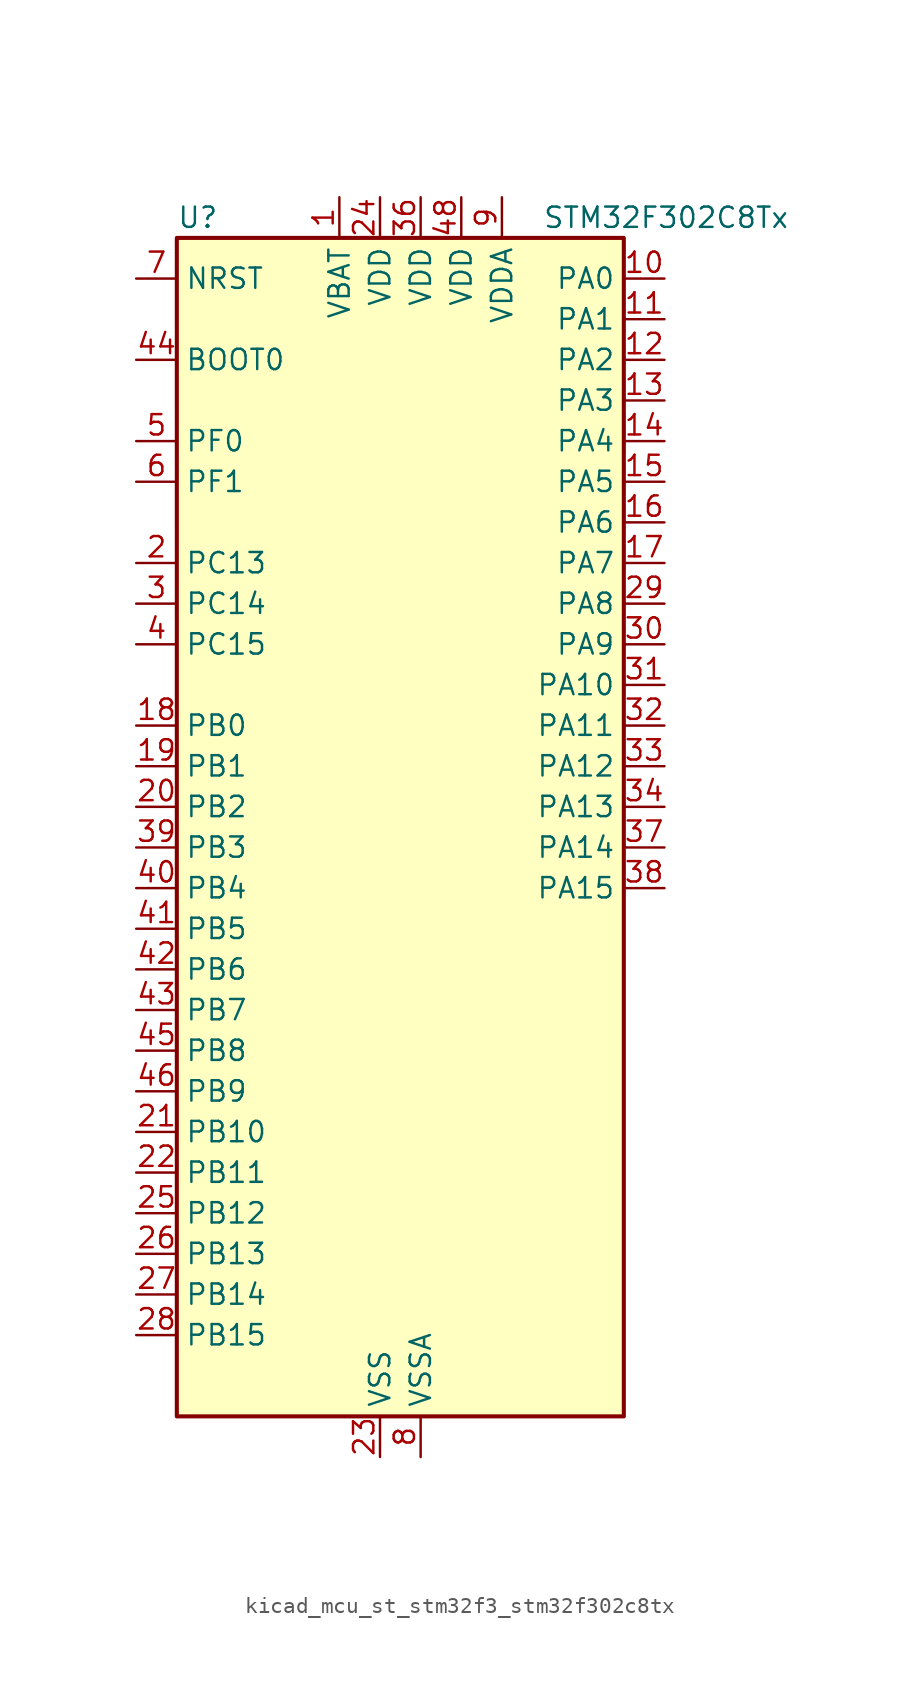
<source format=kicad_sym>
(kicad_symbol_lib
  (version 20220914)
  (generator kicad_symbol_editor)
  (symbol "kicad_mcu_st_stm32f3_stm32f302c8tx"
    (property "Reference" "U"
      (at -12.7 39.37 0)
      (effects (font (size 1.27 1.27)) (justify left)))
    (property "Value" "STM32F302C8Tx"
      (at 10.16 39.37 0)
      (effects (font (size 1.27 1.27)) (justify left)))
    (property "ki_locked" ""
      (at 0 0 0)
      (effects (font (size 1.27 1.27))))
    (symbol "kicad_mcu_st_stm32f3_stm32f302c8tx_0_1"
      (rectangle (start -12.7 -35.56) (end 15.24 38.1) (stroke (width 0.254) (type default)) (fill (type background))))
    (symbol "kicad_mcu_st_stm32f3_stm32f302c8tx_1_1"
      (pin power_in line (at -2.54 40.64 270) (length 2.54) (name "VBAT" (effects (font (size 1.27 1.27)))) (number "1" (effects (font (size 1.27 1.27)))))
      (pin bidirectional line (at 17.78 35.56 180) (length 2.54) (name "PA0" (effects (font (size 1.27 1.27)))) (number "10" (effects (font (size 1.27 1.27)))) (alternate "ADC1_IN1" bidirectional line) (alternate "RTC_TAMP2" bidirectional line) (alternate "SYS_WKUP1" bidirectional line) (alternate "TIM2_CH1" bidirectional line) (alternate "TIM2_ETR" bidirectional line) (alternate "TSC_G1_IO1" bidirectional line) (alternate "USART2_CTS" bidirectional line))
      (pin bidirectional line (at 17.78 33.02 180) (length 2.54) (name "PA1" (effects (font (size 1.27 1.27)))) (number "11" (effects (font (size 1.27 1.27)))) (alternate "ADC1_IN2" bidirectional line) (alternate "RTC_REFIN" bidirectional line) (alternate "TIM15_CH1N" bidirectional line) (alternate "TIM2_CH2" bidirectional line) (alternate "TSC_G1_IO2" bidirectional line) (alternate "USART2_DE" bidirectional line) (alternate "USART2_RTS" bidirectional line))
      (pin bidirectional line (at 17.78 30.48 180) (length 2.54) (name "PA2" (effects (font (size 1.27 1.27)))) (number "12" (effects (font (size 1.27 1.27)))) (alternate "ADC1_IN3" bidirectional line) (alternate "COMP2_INM" bidirectional line) (alternate "COMP2_OUT" bidirectional line) (alternate "TIM15_CH1" bidirectional line) (alternate "TIM2_CH3" bidirectional line) (alternate "TSC_G1_IO3" bidirectional line) (alternate "USART2_TX" bidirectional line))
      (pin bidirectional line (at 17.78 27.94 180) (length 2.54) (name "PA3" (effects (font (size 1.27 1.27)))) (number "13" (effects (font (size 1.27 1.27)))) (alternate "ADC1_IN4" bidirectional line) (alternate "TIM15_CH2" bidirectional line) (alternate "TIM2_CH4" bidirectional line) (alternate "TSC_G1_IO4" bidirectional line) (alternate "USART2_RX" bidirectional line))
      (pin bidirectional line (at 17.78 25.4 180) (length 2.54) (name "PA4" (effects (font (size 1.27 1.27)))) (number "14" (effects (font (size 1.27 1.27)))) (alternate "ADC1_IN5" bidirectional line) (alternate "COMP2_INM" bidirectional line) (alternate "COMP4_INM" bidirectional line) (alternate "COMP6_INM" bidirectional line) (alternate "DAC_OUT1" bidirectional line) (alternate "I2S3_WS" bidirectional line) (alternate "SPI3_NSS" bidirectional line) (alternate "TSC_G2_IO1" bidirectional line) (alternate "USART2_CK" bidirectional line))
      (pin bidirectional line (at 17.78 22.86 180) (length 2.54) (name "PA5" (effects (font (size 1.27 1.27)))) (number "15" (effects (font (size 1.27 1.27)))) (alternate "OPAMP2_VINM" bidirectional line) (alternate "OPAMP2_VINM_SEC" bidirectional line) (alternate "TIM2_CH1" bidirectional line) (alternate "TIM2_ETR" bidirectional line) (alternate "TSC_G2_IO2" bidirectional line))
      (pin bidirectional line (at 17.78 20.32 180) (length 2.54) (name "PA6" (effects (font (size 1.27 1.27)))) (number "16" (effects (font (size 1.27 1.27)))) (alternate "ADC1_IN10" bidirectional line) (alternate "OPAMP2_VOUT" bidirectional line) (alternate "TIM16_CH1" bidirectional line) (alternate "TIM1_BKIN" bidirectional line) (alternate "TSC_G2_IO3" bidirectional line))
      (pin bidirectional line (at 17.78 17.78 180) (length 2.54) (name "PA7" (effects (font (size 1.27 1.27)))) (number "17" (effects (font (size 1.27 1.27)))) (alternate "ADC1_IN15" bidirectional line) (alternate "COMP2_INP" bidirectional line) (alternate "OPAMP2_VINP" bidirectional line) (alternate "OPAMP2_VINP_SEC" bidirectional line) (alternate "TIM17_CH1" bidirectional line) (alternate "TIM1_CH1N" bidirectional line) (alternate "TSC_G2_IO4" bidirectional line))
      (pin bidirectional line (at -15.24 7.62 0) (length 2.54) (name "PB0" (effects (font (size 1.27 1.27)))) (number "18" (effects (font (size 1.27 1.27)))) (alternate "ADC1_IN11" bidirectional line) (alternate "COMP4_INP" bidirectional line) (alternate "OPAMP2_VINP" bidirectional line) (alternate "OPAMP2_VINP_SEC" bidirectional line) (alternate "TIM1_CH2N" bidirectional line) (alternate "TSC_G3_IO2" bidirectional line))
      (pin bidirectional line (at -15.24 5.08 0) (length 2.54) (name "PB1" (effects (font (size 1.27 1.27)))) (number "19" (effects (font (size 1.27 1.27)))) (alternate "ADC1_IN12" bidirectional line) (alternate "COMP4_OUT" bidirectional line) (alternate "TIM1_CH3N" bidirectional line) (alternate "TSC_G3_IO3" bidirectional line))
      (pin bidirectional line (at -15.24 17.78 0) (length 2.54) (name "PC13" (effects (font (size 1.27 1.27)))) (number "2" (effects (font (size 1.27 1.27)))) (alternate "RTC_OUT_ALARM" bidirectional line) (alternate "RTC_OUT_CALIB" bidirectional line) (alternate "RTC_TAMP1" bidirectional line) (alternate "RTC_TS" bidirectional line) (alternate "SYS_WKUP2" bidirectional line) (alternate "TIM1_CH1N" bidirectional line))
      (pin bidirectional line (at -15.24 2.54 0) (length 2.54) (name "PB2" (effects (font (size 1.27 1.27)))) (number "20" (effects (font (size 1.27 1.27)))) (alternate "COMP4_INM" bidirectional line) (alternate "TSC_G3_IO4" bidirectional line))
      (pin bidirectional line (at -15.24 -17.78 0) (length 2.54) (name "PB10" (effects (font (size 1.27 1.27)))) (number "21" (effects (font (size 1.27 1.27)))) (alternate "TIM2_CH3" bidirectional line) (alternate "TSC_SYNC" bidirectional line) (alternate "USART3_TX" bidirectional line))
      (pin bidirectional line (at -15.24 -20.32 0) (length 2.54) (name "PB11" (effects (font (size 1.27 1.27)))) (number "22" (effects (font (size 1.27 1.27)))) (alternate "ADC1_EXTI11" bidirectional line) (alternate "ADC1_IN14" bidirectional line) (alternate "COMP6_INP" bidirectional line) (alternate "TIM2_CH4" bidirectional line) (alternate "TSC_G6_IO1" bidirectional line) (alternate "USART3_RX" bidirectional line))
      (pin power_in line (at 0 -38.1 90) (length 2.54) (name "VSS" (effects (font (size 1.27 1.27)))) (number "23" (effects (font (size 1.27 1.27)))))
      (pin power_in line (at 0 40.64 270) (length 2.54) (name "VDD" (effects (font (size 1.27 1.27)))) (number "24" (effects (font (size 1.27 1.27)))))
      (pin bidirectional line (at -15.24 -22.86 0) (length 2.54) (name "PB12" (effects (font (size 1.27 1.27)))) (number "25" (effects (font (size 1.27 1.27)))) (alternate "I2C2_SMBA" bidirectional line) (alternate "I2S2_WS" bidirectional line) (alternate "SPI2_NSS" bidirectional line) (alternate "TIM1_BKIN" bidirectional line) (alternate "TSC_G6_IO2" bidirectional line) (alternate "USART3_CK" bidirectional line))
      (pin bidirectional line (at -15.24 -25.4 0) (length 2.54) (name "PB13" (effects (font (size 1.27 1.27)))) (number "26" (effects (font (size 1.27 1.27)))) (alternate "ADC1_IN13" bidirectional line) (alternate "I2S2_CK" bidirectional line) (alternate "SPI2_SCK" bidirectional line) (alternate "TIM1_CH1N" bidirectional line) (alternate "TSC_G6_IO3" bidirectional line) (alternate "USART3_CTS" bidirectional line))
      (pin bidirectional line (at -15.24 -27.94 0) (length 2.54) (name "PB14" (effects (font (size 1.27 1.27)))) (number "27" (effects (font (size 1.27 1.27)))) (alternate "I2S2_ext_SD" bidirectional line) (alternate "OPAMP2_VINP" bidirectional line) (alternate "OPAMP2_VINP_SEC" bidirectional line) (alternate "SPI2_MISO" bidirectional line) (alternate "TIM15_CH1" bidirectional line) (alternate "TIM1_CH2N" bidirectional line) (alternate "TSC_G6_IO4" bidirectional line) (alternate "USART3_DE" bidirectional line) (alternate "USART3_RTS" bidirectional line))
      (pin bidirectional line (at -15.24 -30.48 0) (length 2.54) (name "PB15" (effects (font (size 1.27 1.27)))) (number "28" (effects (font (size 1.27 1.27)))) (alternate "ADC1_EXTI15" bidirectional line) (alternate "COMP6_INM" bidirectional line) (alternate "I2S2_SD" bidirectional line) (alternate "RTC_REFIN" bidirectional line) (alternate "SPI2_MOSI" bidirectional line) (alternate "TIM15_CH1N" bidirectional line) (alternate "TIM15_CH2" bidirectional line) (alternate "TIM1_CH3N" bidirectional line))
      (pin bidirectional line (at 17.78 15.24 180) (length 2.54) (name "PA8" (effects (font (size 1.27 1.27)))) (number "29" (effects (font (size 1.27 1.27)))) (alternate "I2C2_SMBA" bidirectional line) (alternate "I2C3_SCL" bidirectional line) (alternate "I2S2_MCK" bidirectional line) (alternate "RCC_MCO" bidirectional line) (alternate "TIM1_CH1" bidirectional line) (alternate "USART1_CK" bidirectional line))
      (pin bidirectional line (at -15.24 15.24 0) (length 2.54) (name "PC14" (effects (font (size 1.27 1.27)))) (number "3" (effects (font (size 1.27 1.27)))) (alternate "RCC_OSC32_IN" bidirectional line))
      (pin bidirectional line (at 17.78 12.7 180) (length 2.54) (name "PA9" (effects (font (size 1.27 1.27)))) (number "30" (effects (font (size 1.27 1.27)))) (alternate "DAC_EXTI9" bidirectional line) (alternate "I2C2_SCL" bidirectional line) (alternate "I2C3_SMBA" bidirectional line) (alternate "I2S3_MCK" bidirectional line) (alternate "TIM15_BKIN" bidirectional line) (alternate "TIM1_CH2" bidirectional line) (alternate "TIM2_CH3" bidirectional line) (alternate "TSC_G4_IO1" bidirectional line) (alternate "USART1_TX" bidirectional line))
      (pin bidirectional line (at 17.78 10.16 180) (length 2.54) (name "PA10" (effects (font (size 1.27 1.27)))) (number "31" (effects (font (size 1.27 1.27)))) (alternate "COMP6_OUT" bidirectional line) (alternate "I2C2_SDA" bidirectional line) (alternate "I2S2_ext_SD" bidirectional line) (alternate "SPI2_MISO" bidirectional line) (alternate "TIM17_BKIN" bidirectional line) (alternate "TIM1_CH3" bidirectional line) (alternate "TIM2_CH4" bidirectional line) (alternate "TSC_G4_IO2" bidirectional line) (alternate "USART1_RX" bidirectional line))
      (pin bidirectional line (at 17.78 7.62 180) (length 2.54) (name "PA11" (effects (font (size 1.27 1.27)))) (number "32" (effects (font (size 1.27 1.27)))) (alternate "ADC1_EXTI11" bidirectional line) (alternate "CAN_RX" bidirectional line) (alternate "I2S2_SD" bidirectional line) (alternate "SPI2_MOSI" bidirectional line) (alternate "TIM1_BKIN2" bidirectional line) (alternate "TIM1_CH1N" bidirectional line) (alternate "TIM1_CH4" bidirectional line) (alternate "USART1_CTS" bidirectional line) (alternate "USB_DM" bidirectional line))
      (pin bidirectional line (at 17.78 5.08 180) (length 2.54) (name "PA12" (effects (font (size 1.27 1.27)))) (number "33" (effects (font (size 1.27 1.27)))) (alternate "CAN_TX" bidirectional line) (alternate "COMP2_OUT" bidirectional line) (alternate "I2S_CKIN" bidirectional line) (alternate "TIM16_CH1" bidirectional line) (alternate "TIM1_CH2N" bidirectional line) (alternate "TIM1_ETR" bidirectional line) (alternate "USART1_DE" bidirectional line) (alternate "USART1_RTS" bidirectional line) (alternate "USB_DP" bidirectional line))
      (pin bidirectional line (at 17.78 2.54 180) (length 2.54) (name "PA13" (effects (font (size 1.27 1.27)))) (number "34" (effects (font (size 1.27 1.27)))) (alternate "IR_OUT" bidirectional line) (alternate "SYS_JTMS-SWDIO" bidirectional line) (alternate "TIM16_CH1N" bidirectional line) (alternate "TSC_G4_IO3" bidirectional line) (alternate "USART3_CTS" bidirectional line))
      (pin passive line (at 0 -38.1 90) (length 2.54) hide (name "VSS" (effects (font (size 1.27 1.27)))) (number "35" (effects (font (size 1.27 1.27)))))
      (pin power_in line (at 2.54 40.64 270) (length 2.54) (name "VDD" (effects (font (size 1.27 1.27)))) (number "36" (effects (font (size 1.27 1.27)))))
      (pin bidirectional line (at 17.78 0 180) (length 2.54) (name "PA14" (effects (font (size 1.27 1.27)))) (number "37" (effects (font (size 1.27 1.27)))) (alternate "I2C1_SDA" bidirectional line) (alternate "SYS_JTCK-SWCLK" bidirectional line) (alternate "TIM1_BKIN" bidirectional line) (alternate "TSC_G4_IO4" bidirectional line) (alternate "USART2_TX" bidirectional line))
      (pin bidirectional line (at 17.78 -2.54 180) (length 2.54) (name "PA15" (effects (font (size 1.27 1.27)))) (number "38" (effects (font (size 1.27 1.27)))) (alternate "ADC1_EXTI15" bidirectional line) (alternate "I2C1_SCL" bidirectional line) (alternate "I2S3_WS" bidirectional line) (alternate "SPI3_NSS" bidirectional line) (alternate "SYS_JTDI" bidirectional line) (alternate "TIM1_BKIN" bidirectional line) (alternate "TIM2_CH1" bidirectional line) (alternate "TIM2_ETR" bidirectional line) (alternate "TSC_SYNC" bidirectional line) (alternate "USART2_RX" bidirectional line))
      (pin bidirectional line (at -15.24 0 0) (length 2.54) (name "PB3" (effects (font (size 1.27 1.27)))) (number "39" (effects (font (size 1.27 1.27)))) (alternate "I2S3_CK" bidirectional line) (alternate "SPI3_SCK" bidirectional line) (alternate "SYS_JTDO-TRACESWO" bidirectional line) (alternate "TIM2_CH2" bidirectional line) (alternate "TSC_G5_IO1" bidirectional line) (alternate "USART2_TX" bidirectional line))
      (pin bidirectional line (at -15.24 12.7 0) (length 2.54) (name "PC15" (effects (font (size 1.27 1.27)))) (number "4" (effects (font (size 1.27 1.27)))) (alternate "ADC1_EXTI15" bidirectional line) (alternate "RCC_OSC32_OUT" bidirectional line))
      (pin bidirectional line (at -15.24 -2.54 0) (length 2.54) (name "PB4" (effects (font (size 1.27 1.27)))) (number "40" (effects (font (size 1.27 1.27)))) (alternate "I2S3_ext_SD" bidirectional line) (alternate "SPI3_MISO" bidirectional line) (alternate "SYS_NJTRST" bidirectional line) (alternate "TIM16_CH1" bidirectional line) (alternate "TIM17_BKIN" bidirectional line) (alternate "TSC_G5_IO2" bidirectional line) (alternate "USART2_RX" bidirectional line))
      (pin bidirectional line (at -15.24 -5.08 0) (length 2.54) (name "PB5" (effects (font (size 1.27 1.27)))) (number "41" (effects (font (size 1.27 1.27)))) (alternate "I2C1_SMBA" bidirectional line) (alternate "I2C3_SDA" bidirectional line) (alternate "I2S3_SD" bidirectional line) (alternate "SPI3_MOSI" bidirectional line) (alternate "TIM16_BKIN" bidirectional line) (alternate "TIM17_CH1" bidirectional line) (alternate "USART2_CK" bidirectional line))
      (pin bidirectional line (at -15.24 -7.62 0) (length 2.54) (name "PB6" (effects (font (size 1.27 1.27)))) (number "42" (effects (font (size 1.27 1.27)))) (alternate "I2C1_SCL" bidirectional line) (alternate "TIM16_CH1N" bidirectional line) (alternate "TSC_G5_IO3" bidirectional line) (alternate "USART1_TX" bidirectional line))
      (pin bidirectional line (at -15.24 -10.16 0) (length 2.54) (name "PB7" (effects (font (size 1.27 1.27)))) (number "43" (effects (font (size 1.27 1.27)))) (alternate "I2C1_SDA" bidirectional line) (alternate "TIM17_CH1N" bidirectional line) (alternate "TSC_G5_IO4" bidirectional line) (alternate "USART1_RX" bidirectional line))
      (pin input line (at -15.24 30.48 0) (length 2.54) (name "BOOT0" (effects (font (size 1.27 1.27)))) (number "44" (effects (font (size 1.27 1.27)))))
      (pin bidirectional line (at -15.24 -12.7 0) (length 2.54) (name "PB8" (effects (font (size 1.27 1.27)))) (number "45" (effects (font (size 1.27 1.27)))) (alternate "CAN_RX" bidirectional line) (alternate "I2C1_SCL" bidirectional line) (alternate "TIM16_CH1" bidirectional line) (alternate "TIM1_BKIN" bidirectional line) (alternate "TSC_SYNC" bidirectional line) (alternate "USART3_RX" bidirectional line))
      (pin bidirectional line (at -15.24 -15.24 0) (length 2.54) (name "PB9" (effects (font (size 1.27 1.27)))) (number "46" (effects (font (size 1.27 1.27)))) (alternate "CAN_TX" bidirectional line) (alternate "COMP2_OUT" bidirectional line) (alternate "DAC_EXTI9" bidirectional line) (alternate "I2C1_SDA" bidirectional line) (alternate "IR_OUT" bidirectional line) (alternate "TIM17_CH1" bidirectional line) (alternate "USART3_TX" bidirectional line))
      (pin passive line (at 0 -38.1 90) (length 2.54) hide (name "VSS" (effects (font (size 1.27 1.27)))) (number "47" (effects (font (size 1.27 1.27)))))
      (pin power_in line (at 5.08 40.64 270) (length 2.54) (name "VDD" (effects (font (size 1.27 1.27)))) (number "48" (effects (font (size 1.27 1.27)))))
      (pin bidirectional line (at -15.24 25.4 0) (length 2.54) (name "PF0" (effects (font (size 1.27 1.27)))) (number "5" (effects (font (size 1.27 1.27)))) (alternate "I2C2_SDA" bidirectional line) (alternate "I2S2_WS" bidirectional line) (alternate "RCC_OSC_IN" bidirectional line) (alternate "SPI2_NSS" bidirectional line) (alternate "TIM1_CH3N" bidirectional line))
      (pin bidirectional line (at -15.24 22.86 0) (length 2.54) (name "PF1" (effects (font (size 1.27 1.27)))) (number "6" (effects (font (size 1.27 1.27)))) (alternate "I2C2_SCL" bidirectional line) (alternate "I2S2_CK" bidirectional line) (alternate "RCC_OSC_OUT" bidirectional line) (alternate "SPI2_SCK" bidirectional line))
      (pin input line (at -15.24 35.56 0) (length 2.54) (name "NRST" (effects (font (size 1.27 1.27)))) (number "7" (effects (font (size 1.27 1.27)))))
      (pin power_in line (at 2.54 -38.1 90) (length 2.54) (name "VSSA" (effects (font (size 1.27 1.27)))) (number "8" (effects (font (size 1.27 1.27)))))
      (pin power_in line (at 7.62 40.64 270) (length 2.54) (name "VDDA" (effects (font (size 1.27 1.27)))) (number "9" (effects (font (size 1.27 1.27))))))))
</source>
